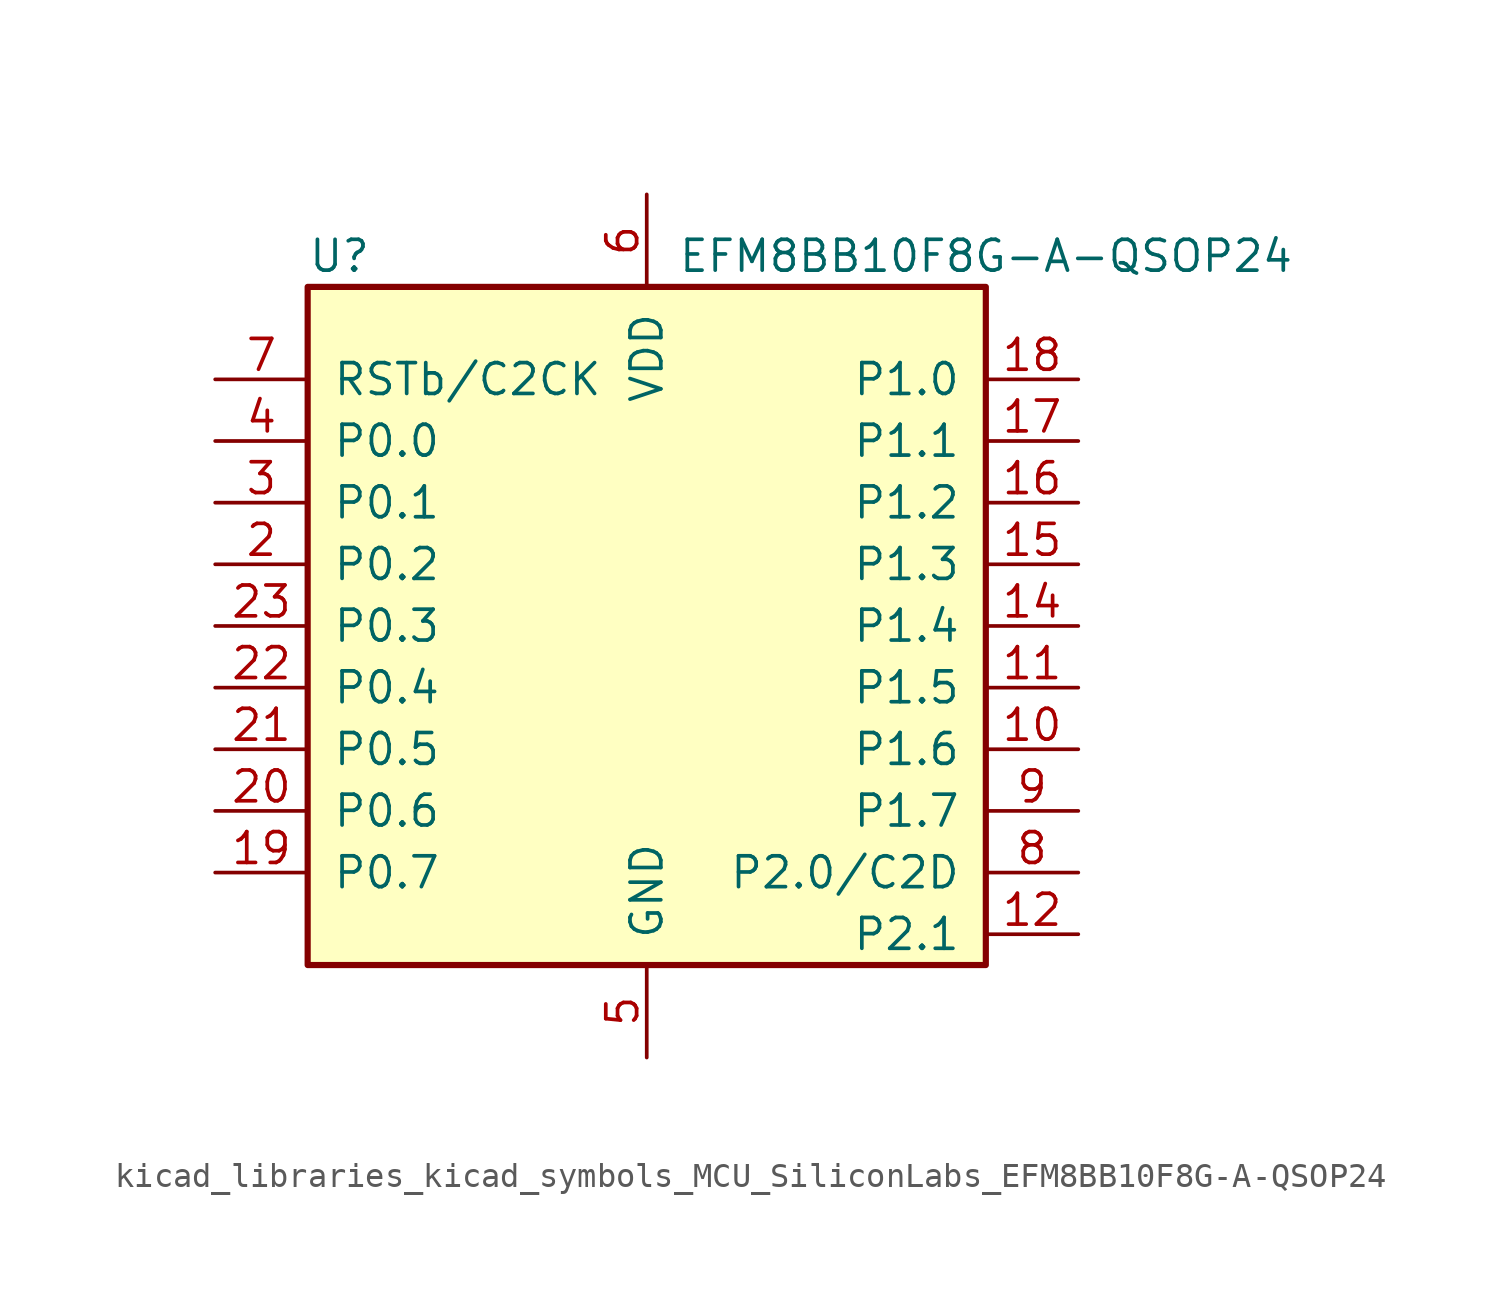
<source format=kicad_sym>
(kicad_symbol_lib
  (version 20220914)
  (generator kicad_symbol_editor)
  (symbol "kicad_libraries_kicad_symbols_MCU_SiliconLabs_EFM8BB10F8G-A-QSOP24"
    (pin_names
      (offset 1.016))
    (property "Reference" "U"
      (at -13.97 15.24 0)
      (effects (font (size 1.27 1.27)) (justify left)))
    (property "Value" "EFM8BB10F8G-A-QSOP24"
      (at 1.27 15.24 0)
      (effects (font (size 1.27 1.27)) (justify left)))
    (symbol "kicad_libraries_kicad_symbols_MCU_SiliconLabs_EFM8BB10F8G-A-QSOP24_0_1"
      (rectangle (start -13.97 13.97) (end 13.97 -13.97) (stroke (width 0.254) (type default)) (fill (type background)))
      (pin no_connect line (at 0 2.54 0) (length 3.81) hide (name "NC" (effects (font (size 1.27 1.27)))) (number "1" (effects (font (size 1.27 1.27)))))
      (pin bidirectional line (at 17.78 -5.08 180) (length 3.81) (name "P1.6" (effects (font (size 1.27 1.27)))) (number "10" (effects (font (size 1.27 1.27)))))
      (pin bidirectional line (at 17.78 -2.54 180) (length 3.81) (name "P1.5" (effects (font (size 1.27 1.27)))) (number "11" (effects (font (size 1.27 1.27)))))
      (pin bidirectional line (at 17.78 -12.7 180) (length 3.81) (name "P2.1" (effects (font (size 1.27 1.27)))) (number "12" (effects (font (size 1.27 1.27)))))
      (pin no_connect line (at 0 0 0) (length 3.81) hide (name "NC" (effects (font (size 1.27 1.27)))) (number "13" (effects (font (size 1.27 1.27)))))
      (pin bidirectional line (at 17.78 0 180) (length 3.81) (name "P1.4" (effects (font (size 1.27 1.27)))) (number "14" (effects (font (size 1.27 1.27)))))
      (pin bidirectional line (at 17.78 2.54 180) (length 3.81) (name "P1.3" (effects (font (size 1.27 1.27)))) (number "15" (effects (font (size 1.27 1.27)))))
      (pin bidirectional line (at 17.78 5.08 180) (length 3.81) (name "P1.2" (effects (font (size 1.27 1.27)))) (number "16" (effects (font (size 1.27 1.27)))))
      (pin bidirectional line (at 17.78 7.62 180) (length 3.81) (name "P1.1" (effects (font (size 1.27 1.27)))) (number "17" (effects (font (size 1.27 1.27)))))
      (pin bidirectional line (at 17.78 10.16 180) (length 3.81) (name "P1.0" (effects (font (size 1.27 1.27)))) (number "18" (effects (font (size 1.27 1.27)))))
      (pin bidirectional line (at -17.78 -10.16 0) (length 3.81) (name "P0.7" (effects (font (size 1.27 1.27)))) (number "19" (effects (font (size 1.27 1.27)))))
      (pin bidirectional line (at -17.78 2.54 0) (length 3.81) (name "P0.2" (effects (font (size 1.27 1.27)))) (number "2" (effects (font (size 1.27 1.27)))))
      (pin bidirectional line (at -17.78 -7.62 0) (length 3.81) (name "P0.6" (effects (font (size 1.27 1.27)))) (number "20" (effects (font (size 1.27 1.27)))))
      (pin bidirectional line (at -17.78 -5.08 0) (length 3.81) (name "P0.5" (effects (font (size 1.27 1.27)))) (number "21" (effects (font (size 1.27 1.27)))))
      (pin bidirectional line (at -17.78 -2.54 0) (length 3.81) (name "P0.4" (effects (font (size 1.27 1.27)))) (number "22" (effects (font (size 1.27 1.27)))))
      (pin bidirectional line (at -17.78 0 0) (length 3.81) (name "P0.3" (effects (font (size 1.27 1.27)))) (number "23" (effects (font (size 1.27 1.27)))))
      (pin no_connect line (at 0 -2.54 0) (length 3.81) hide (name "NC" (effects (font (size 1.27 1.27)))) (number "24" (effects (font (size 1.27 1.27)))))
      (pin bidirectional line (at -17.78 5.08 0) (length 3.81) (name "P0.1" (effects (font (size 1.27 1.27)))) (number "3" (effects (font (size 1.27 1.27)))))
      (pin bidirectional line (at -17.78 7.62 0) (length 3.81) (name "P0.0" (effects (font (size 1.27 1.27)))) (number "4" (effects (font (size 1.27 1.27)))))
      (pin power_in line (at 0 -17.78 90) (length 3.81) (name "GND" (effects (font (size 1.27 1.27)))) (number "5" (effects (font (size 1.27 1.27)))))
      (pin power_in line (at 0 17.78 270) (length 3.81) (name "VDD" (effects (font (size 1.27 1.27)))) (number "6" (effects (font (size 1.27 1.27)))))
      (pin input line (at -17.78 10.16 0) (length 3.81) (name "RSTb/C2CK" (effects (font (size 1.27 1.27)))) (number "7" (effects (font (size 1.27 1.27)))))
      (pin bidirectional line (at 17.78 -10.16 180) (length 3.81) (name "P2.0/C2D" (effects (font (size 1.27 1.27)))) (number "8" (effects (font (size 1.27 1.27)))))
      (pin bidirectional line (at 17.78 -7.62 180) (length 3.81) (name "P1.7" (effects (font (size 1.27 1.27)))) (number "9" (effects (font (size 1.27 1.27))))))))
</source>
